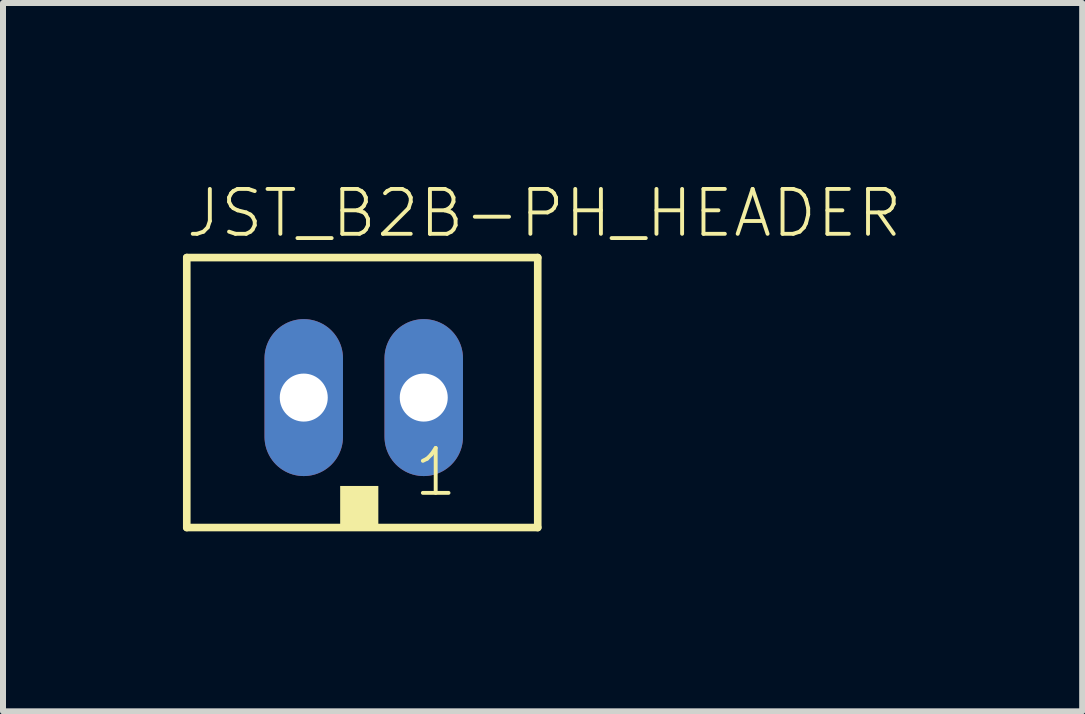
<source format=kicad_pcb>
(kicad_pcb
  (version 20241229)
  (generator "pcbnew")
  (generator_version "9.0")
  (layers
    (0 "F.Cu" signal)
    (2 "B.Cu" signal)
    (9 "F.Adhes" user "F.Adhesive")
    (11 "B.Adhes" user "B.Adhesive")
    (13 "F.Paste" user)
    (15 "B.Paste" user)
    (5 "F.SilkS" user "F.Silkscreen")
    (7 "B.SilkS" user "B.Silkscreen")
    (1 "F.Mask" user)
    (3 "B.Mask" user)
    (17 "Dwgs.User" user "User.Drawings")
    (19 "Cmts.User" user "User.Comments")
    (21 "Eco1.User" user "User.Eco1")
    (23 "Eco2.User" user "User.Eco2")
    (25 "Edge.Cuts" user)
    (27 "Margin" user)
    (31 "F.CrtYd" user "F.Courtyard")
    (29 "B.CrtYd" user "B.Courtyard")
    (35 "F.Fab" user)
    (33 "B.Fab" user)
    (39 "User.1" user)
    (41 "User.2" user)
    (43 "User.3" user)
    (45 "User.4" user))
  (footprint "JST_B2B-PH_HEADER"
    (layer "F.Cu")
    (at 2.938 3.625)
    (property "Reference" "JST_B2B-PH_HEADER" (at -2.925 -2.683 0) (layer "F.SilkS") (effects (font (size 0.748 0.748) (thickness 0.065)) (justify left bottom)))
    (fp_line (start -2.875 -2.382) (end 2.975 -2.382) (stroke (width 0.127) (type solid)) (layer "F.SilkS"))
    (fp_line (start -2.875 2.118) (end -2.875 -2.382) (stroke (width 0.127) (type solid)) (layer "F.SilkS"))
    (fp_line (start 2.975 -2.382) (end 2.975 2.118) (stroke (width 0.127) (type solid)) (layer "F.SilkS"))
    (fp_line (start 2.975 2.118) (end -2.875 2.118) (stroke (width 0.127) (type solid)) (layer "F.SilkS"))
    (fp_poly (pts (xy -0.318 2.06) (xy 0.318 2.06) (xy 0.318 1.425) (xy -0.318 1.425)) (stroke (width 0) (type solid)) (fill yes) (layer "F.SilkS"))
    (fp_text user "1" (at 0.875 1.635 0) (layer "F.SilkS") (effects (font (size 0.748 0.748) (thickness 0.065)) (justify left bottom)))
    (pad "P1" thru_hole oval (at 1.075 -0.048 90) (size 2.616 1.308) (drill 0.8) (layers "*.Cu" "*.Mask"))
    (pad "P2" thru_hole oval (at -0.925 -0.048 90) (size 2.616 1.308) (drill 0.8) (layers "*.Cu" "*.Mask")))
  (gr_rect
    (start -3 -3)
    (end 14.988 8.806)
    (stroke (width 0.1) (type default))
    (fill no)
    (layer "Edge.Cuts")))
</source>
